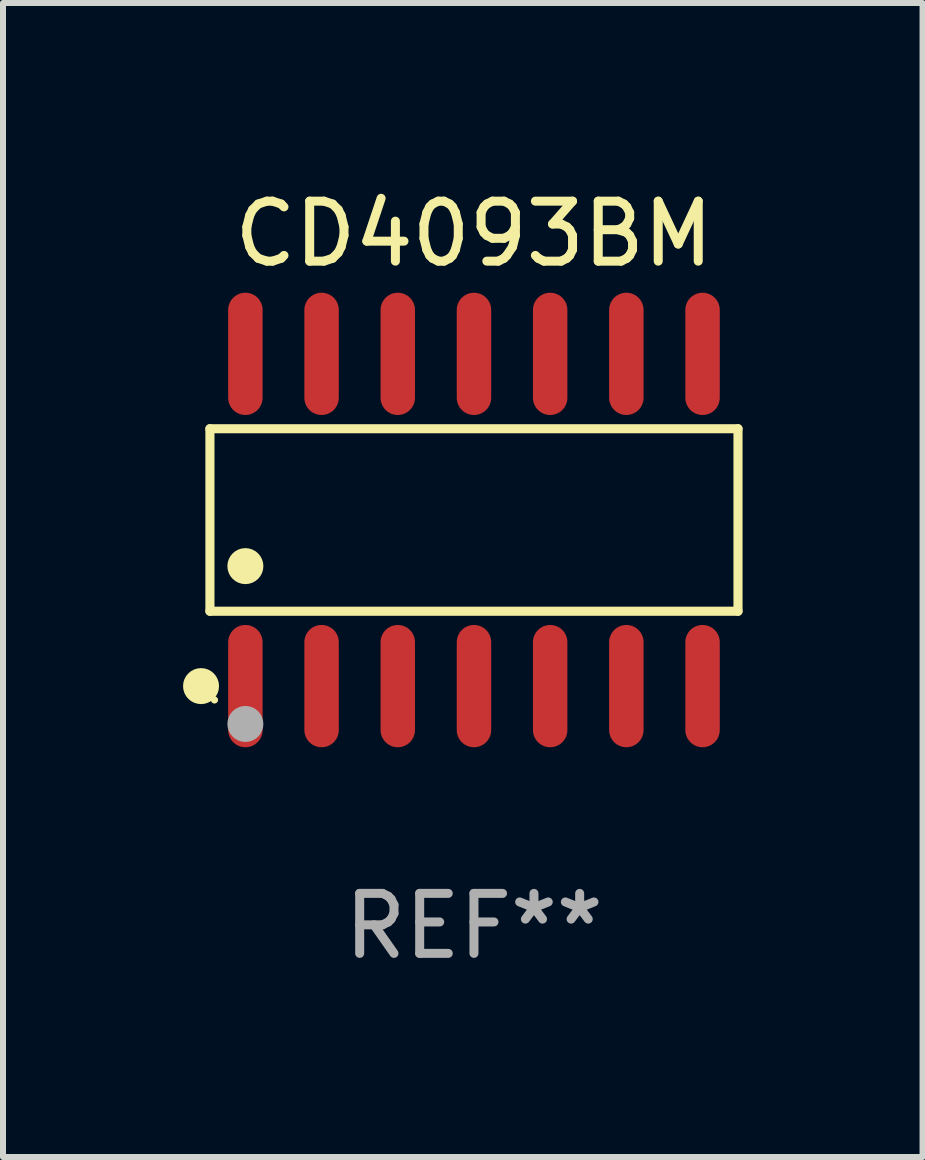
<source format=kicad_pcb>
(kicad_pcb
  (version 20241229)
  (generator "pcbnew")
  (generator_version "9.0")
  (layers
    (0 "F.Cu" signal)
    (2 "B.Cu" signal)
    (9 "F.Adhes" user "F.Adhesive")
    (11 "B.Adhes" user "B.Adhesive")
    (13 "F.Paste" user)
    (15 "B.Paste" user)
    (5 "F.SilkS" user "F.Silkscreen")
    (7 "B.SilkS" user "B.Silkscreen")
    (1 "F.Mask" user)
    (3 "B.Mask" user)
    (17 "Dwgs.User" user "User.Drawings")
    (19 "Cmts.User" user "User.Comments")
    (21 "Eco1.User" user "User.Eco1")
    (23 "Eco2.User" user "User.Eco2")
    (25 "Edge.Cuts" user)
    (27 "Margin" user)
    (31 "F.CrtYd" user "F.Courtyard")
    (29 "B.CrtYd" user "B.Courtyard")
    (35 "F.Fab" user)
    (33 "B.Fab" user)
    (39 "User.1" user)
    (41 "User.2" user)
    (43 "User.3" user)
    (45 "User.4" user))
  (footprint "CD4093BM"
    (layer "F.Cu")
    (at 4.85 5.617)
    (property "Reference" "CD4093BM" (at 0 -4.769 0) (layer "F.SilkS") (effects (font (size 1 1) (thickness 0.15))))
    (attr through_hole)
    (fp_line (start -4.401 -1.521) (end 4.401 -1.521) (stroke (width 0.152) (type solid)) (layer "F.SilkS"))
    (fp_line (start -4.401 1.521) (end -4.401 -1.521) (stroke (width 0.152) (type solid)) (layer "F.SilkS"))
    (fp_line (start 4.401 -1.521) (end 4.401 1.521) (stroke (width 0.152) (type solid)) (layer "F.SilkS"))
    (fp_line (start 4.401 1.521) (end -4.401 1.521) (stroke (width 0.152) (type solid)) (layer "F.SilkS"))
    (fp_circle (center -4.549 2.769) (end -4.399 2.769) (stroke (width 0.3) (type solid)) (fill no) (layer "F.SilkS"))
    (fp_circle (center -4.325 3) (end -4.295 3) (stroke (width 0.06) (type solid)) (fill no) (layer "F.SilkS"))
    (fp_circle (center -3.81 0.769) (end -3.66 0.769) (stroke (width 0.3) (type solid)) (fill no) (layer "F.SilkS"))
    (fp_circle (center -3.81 3.4) (end -3.66 3.4) (stroke (width 0.3) (type solid)) (fill no) (layer "F.Fab"))
    (fp_text user "REF**" (at 0 6.769 0) (layer "F.Fab") (effects (font (size 1 1) (thickness 0.15))))
    (pad "1" smd oval (at -3.81 2.769) (size 0.574 2.038) (layers "F.Cu" "F.Mask" "F.Paste"))
    (pad "2" smd oval (at -2.54 2.769) (size 0.574 2.038) (layers "F.Cu" "F.Mask" "F.Paste"))
    (pad "3" smd oval (at -1.27 2.769) (size 0.574 2.038) (layers "F.Cu" "F.Mask" "F.Paste"))
    (pad "4" smd oval (at 0 2.769) (size 0.574 2.038) (layers "F.Cu" "F.Mask" "F.Paste"))
    (pad "5" smd oval (at 1.27 2.769) (size 0.574 2.038) (layers "F.Cu" "F.Mask" "F.Paste"))
    (pad "6" smd oval (at 2.54 2.769) (size 0.574 2.038) (layers "F.Cu" "F.Mask" "F.Paste"))
    (pad "7" smd oval (at 3.81 2.769) (size 0.574 2.038) (layers "F.Cu" "F.Mask" "F.Paste"))
    (pad "8" smd oval (at 3.81 -2.769) (size 0.574 2.038) (layers "F.Cu" "F.Mask" "F.Paste"))
    (pad "9" smd oval (at 2.54 -2.769) (size 0.574 2.038) (layers "F.Cu" "F.Mask" "F.Paste"))
    (pad "10" smd oval (at 1.27 -2.769) (size 0.574 2.038) (layers "F.Cu" "F.Mask" "F.Paste"))
    (pad "11" smd oval (at 0 -2.769) (size 0.574 2.038) (layers "F.Cu" "F.Mask" "F.Paste"))
    (pad "12" smd oval (at -1.27 -2.769) (size 0.574 2.038) (layers "F.Cu" "F.Mask" "F.Paste"))
    (pad "13" smd oval (at -2.54 -2.769) (size 0.574 2.038) (layers "F.Cu" "F.Mask" "F.Paste"))
    (pad "14" smd oval (at -3.81 -2.769) (size 0.574 2.038) (layers "F.Cu" "F.Mask" "F.Paste")))
  (gr_rect
    (start -3 -3)
    (end 12.327 16.235)
    (stroke (width 0.1) (type default))
    (fill no)
    (layer "Edge.Cuts")))
</source>
